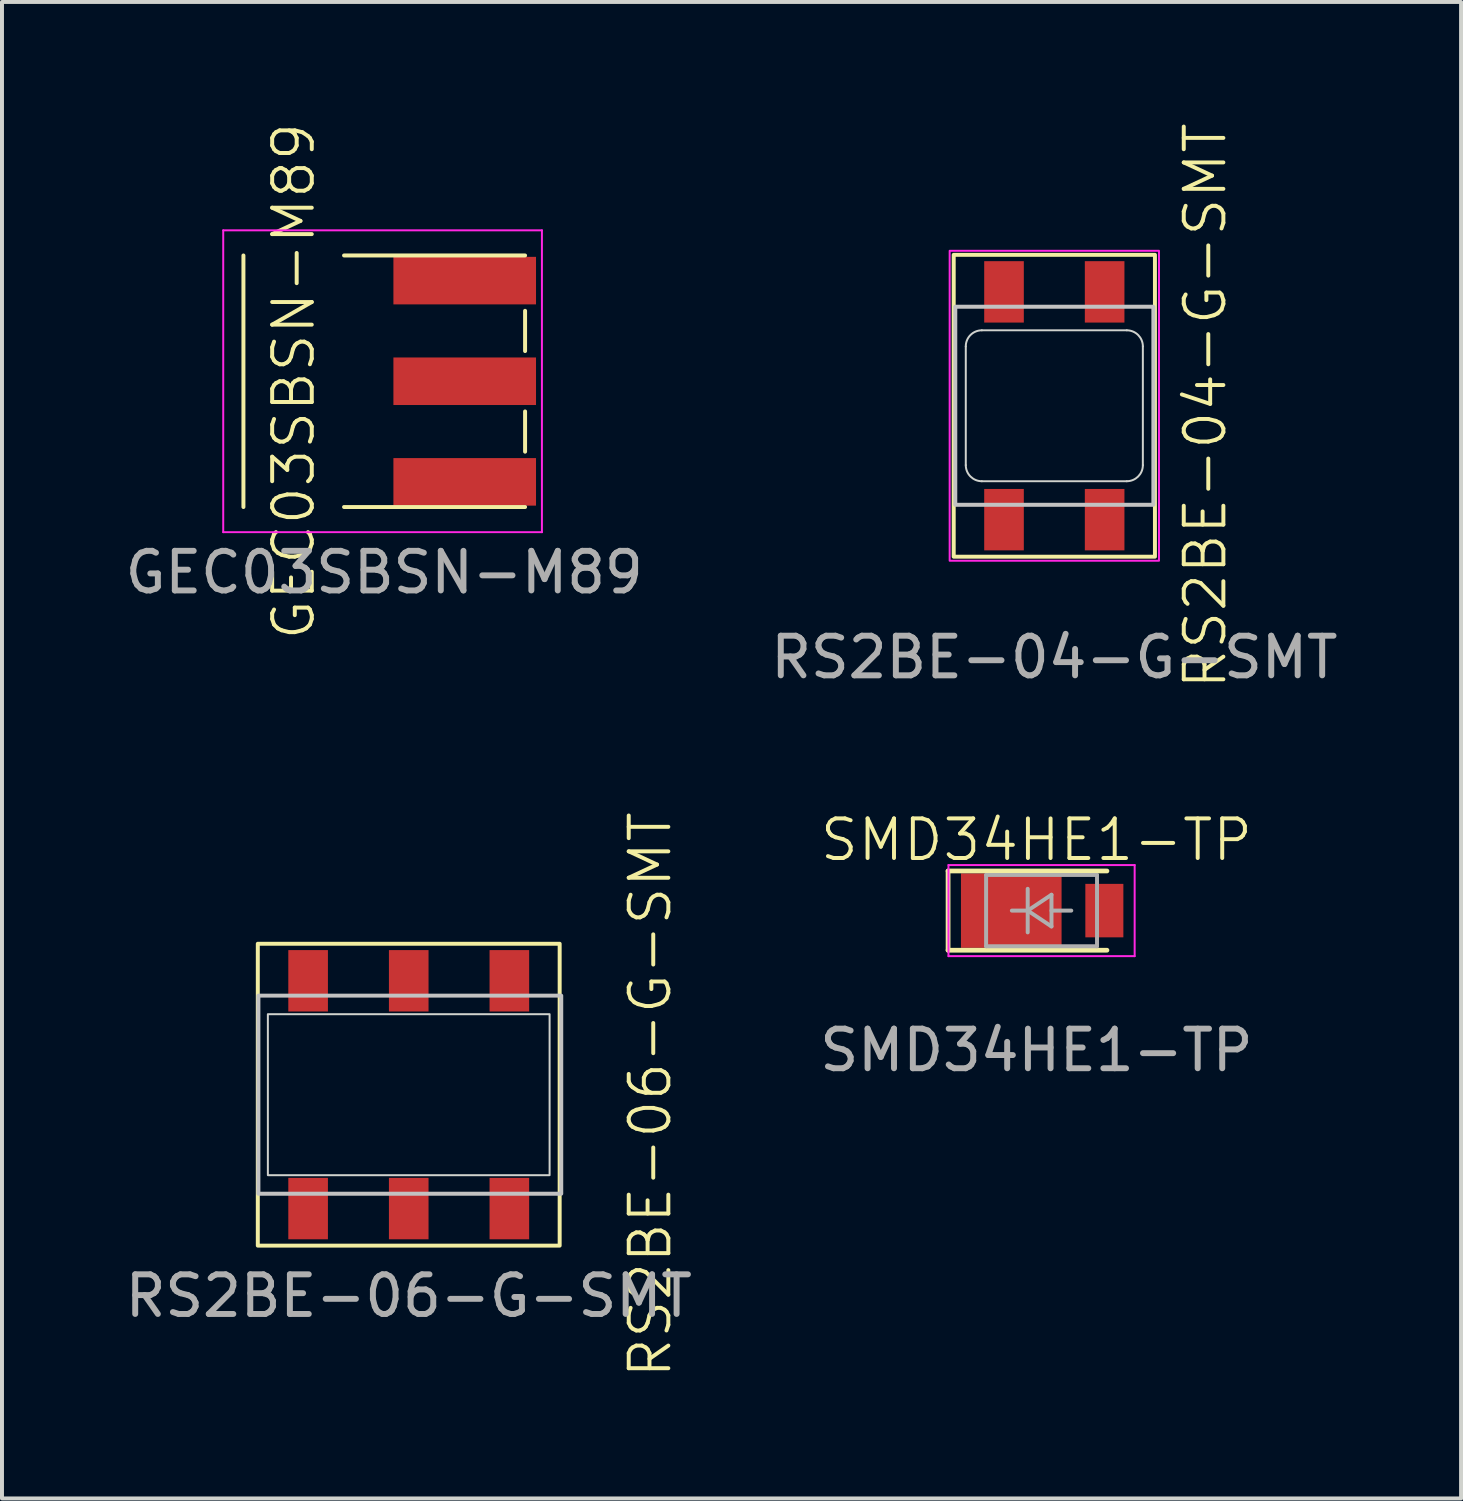
<source format=kicad_pcb>
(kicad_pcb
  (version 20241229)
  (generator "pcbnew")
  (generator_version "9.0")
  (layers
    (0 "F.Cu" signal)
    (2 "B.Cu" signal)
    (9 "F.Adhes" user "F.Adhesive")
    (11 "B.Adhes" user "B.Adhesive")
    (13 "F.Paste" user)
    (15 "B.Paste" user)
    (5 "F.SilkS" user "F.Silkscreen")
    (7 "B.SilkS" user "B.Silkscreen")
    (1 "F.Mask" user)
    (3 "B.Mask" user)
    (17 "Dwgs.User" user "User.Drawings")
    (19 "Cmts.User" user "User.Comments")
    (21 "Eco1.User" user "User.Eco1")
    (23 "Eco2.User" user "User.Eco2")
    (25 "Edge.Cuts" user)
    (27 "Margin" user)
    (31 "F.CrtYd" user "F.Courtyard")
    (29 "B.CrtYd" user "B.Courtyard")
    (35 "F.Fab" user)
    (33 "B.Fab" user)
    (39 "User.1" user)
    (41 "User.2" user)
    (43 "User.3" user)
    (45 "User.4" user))
  (footprint "SMD34HE1-TP"
    (layer "F.Cu")
    (at 23.113 20.057)
    (property "Reference" "SMD34HE1-TP" (at 0 -1.905 0) (unlocked yes) (layer "F.SilkS") (effects (font (size 1 1) (thickness 0.1))))
    (attr smd)
    (fp_line (start -2.23 -1.12) (end -2.23 0.88) (stroke (width 0.12) (type solid)) (layer "F.SilkS"))
    (fp_line (start -2.23 -1.12) (end 1.78 -1.12) (stroke (width 0.12) (type solid)) (layer "F.SilkS"))
    (fp_line (start -2.23 0.88) (end 1.78 0.88) (stroke (width 0.12) (type solid)) (layer "F.SilkS"))
    (fp_line (start -2.22 -1.27) (end -2.22 1.03) (stroke (width 0.05) (type solid)) (layer "F.CrtYd"))
    (fp_line (start -2.22 -1.27) (end 2.48 -1.27) (stroke (width 0.05) (type solid)) (layer "F.CrtYd"))
    (fp_line (start 2.48 -1.27) (end 2.48 1.03) (stroke (width 0.05) (type solid)) (layer "F.CrtYd"))
    (fp_line (start 2.48 1.03) (end -2.22 1.03) (stroke (width 0.05) (type solid)) (layer "F.CrtYd"))
    (fp_line (start -1.27 -1.02) (end 1.53 -1.02) (stroke (width 0.1) (type solid)) (layer "F.Fab"))
    (fp_line (start -1.27 0.78) (end -1.27 -1.02) (stroke (width 0.1) (type solid)) (layer "F.Fab"))
    (fp_line (start -0.62 -0.12) (end -0.22 -0.12) (stroke (width 0.1) (type solid)) (layer "F.Fab"))
    (fp_line (start -0.22 -0.12) (end -0.22 -0.67) (stroke (width 0.1) (type solid)) (layer "F.Fab"))
    (fp_line (start -0.22 -0.12) (end -0.22 0.43) (stroke (width 0.1) (type solid)) (layer "F.Fab"))
    (fp_line (start -0.22 -0.12) (end 0.38 -0.52) (stroke (width 0.1) (type solid)) (layer "F.Fab"))
    (fp_line (start 0.38 -0.52) (end 0.38 0.28) (stroke (width 0.1) (type solid)) (layer "F.Fab"))
    (fp_line (start 0.38 -0.12) (end 0.88 -0.12) (stroke (width 0.1) (type solid)) (layer "F.Fab"))
    (fp_line (start 0.38 0.28) (end -0.22 -0.12) (stroke (width 0.1) (type solid)) (layer "F.Fab"))
    (fp_line (start 1.53 -1.02) (end 1.53 0.78) (stroke (width 0.1) (type solid)) (layer "F.Fab"))
    (fp_line (start 1.53 0.78) (end -1.27 0.78) (stroke (width 0.1) (type solid)) (layer "F.Fab"))
    (fp_text user "${REFERENCE}" (at 0 3.405 0) (unlocked yes) (layer "F.Fab") (effects (font (size 1 1) (thickness 0.15))))
    (pad "1" smd rect (at -0.635 -0.12) (size 2.54 1.88) (layers "F.Cu" "F.Mask" "F.Paste"))
    (pad "2" smd rect (at 1.715 -0.12) (size 0.96 1.35) (layers "F.Cu" "F.Mask" "F.Paste")))
  (footprint "RS2BE-04-G-SMT"
    (layer "F.Cu")
    (at 23.565 7.193)
    (property "Reference" "RS2BE-04-G-SMT" (at 3.81 0 90) (unlocked yes) (layer "F.SilkS") (effects (font (size 1 1) (thickness 0.1))))
    (attr smd)
    (fp_rect (start -2.54 -3.81) (end 2.54 3.81) (stroke (width 0.1) (type default)) (fill no) (layer "F.SilkS"))
    (fp_rect (start 2.5 -2.5) (end -2.5 2.5) (stroke (width 0.1) (type default)) (fill no) (layer "Dwgs.User"))
    (fp_line (start -2.235 -1.499) (end -2.235 1.499) (stroke (width 0.05) (type default)) (layer "Edge.Cuts"))
    (fp_line (start -1.829 1.905) (end 1.829 1.905) (stroke (width 0.05) (type default)) (layer "Edge.Cuts"))
    (fp_line (start 1.829 -1.905) (end -1.829 -1.905) (stroke (width 0.05) (type default)) (layer "Edge.Cuts"))
    (fp_line (start 2.235 1.499) (end 2.235 -1.499) (stroke (width 0.05) (type default)) (layer "Edge.Cuts"))
    (fp_arc (start -2.2352 -1.4986) (mid -2.116168 -1.785968) (end -1.8288 -1.905) (stroke (width 0.05) (type default)) (layer "Edge.Cuts"))
    (fp_arc (start -1.8288 1.905) (mid -2.116168 1.785968) (end -2.2352 1.4986) (stroke (width 0.05) (type default)) (layer "Edge.Cuts"))
    (fp_arc (start 1.8288 -1.905) (mid 2.116168 -1.785968) (end 2.2352 -1.4986) (stroke (width 0.05) (type default)) (layer "Edge.Cuts"))
    (fp_arc (start 2.2352 1.4986) (mid 2.116168 1.785968) (end 1.8288 1.905) (stroke (width 0.05) (type default)) (layer "Edge.Cuts"))
    (fp_rect (start 2.642 -3.912) (end -2.642 3.912) (stroke (width 0.05) (type default)) (fill no) (layer "F.CrtYd"))
    (fp_text user "${REFERENCE}" (at 0 6.35 0) (unlocked yes) (layer "F.Fab") (effects (font (size 1 1) (thickness 0.15))))
    (pad "1" smd rect (at -1.27 2.875) (size 1 1.55) (layers "F.Cu" "F.Mask" "F.Paste"))
    (pad "2" smd rect (at -1.27 -2.875) (size 1 1.55) (layers "F.Cu" "F.Mask" "F.Paste"))
    (pad "3" smd rect (at 1.27 2.875) (size 1 1.55) (layers "F.Cu" "F.Mask" "F.Paste"))
    (pad "4" smd rect (at 1.27 -2.875) (size 1 1.55) (layers "F.Cu" "F.Mask" "F.Paste")))
  (footprint "RS2BE-06-G-SMT"
    (layer "F.Cu")
    (at 7.268 24.584)
    (property "Reference" "RS2BE-06-G-SMT" (at 6.096 0 90) (unlocked yes) (layer "F.SilkS") (effects (font (size 1 1) (thickness 0.1))))
    (attr smd)
    (fp_rect (start -3.81 -3.81) (end 3.81 3.81) (stroke (width 0.1) (type default)) (fill no) (layer "F.SilkS"))
    (fp_rect (start -3.795 -2.5) (end 3.85 2.5) (stroke (width 0.1) (type default)) (fill no) (layer "Dwgs.User"))
    (fp_rect (start 3.556 -2.032) (end -3.556 2.032) (stroke (width 0.05) (type default)) (fill no) (layer "Edge.Cuts"))
    (fp_text user "${REFERENCE}" (at 0 5.08 0) (unlocked yes) (layer "F.Fab") (effects (font (size 1 1) (thickness 0.15))))
    (pad "1" smd rect (at -2.54 2.875) (size 1 1.55) (layers "F.Cu" "F.Mask" "F.Paste"))
    (pad "2" smd rect (at -2.54 -2.875) (size 1 1.55) (layers "F.Cu" "F.Mask" "F.Paste"))
    (pad "3" smd rect (at 0 2.875) (size 1 1.55) (layers "F.Cu" "F.Mask" "F.Paste"))
    (pad "4" smd rect (at 0 -2.875) (size 1 1.55) (layers "F.Cu" "F.Mask" "F.Paste"))
    (pad "5" smd rect (at 2.54 2.875) (size 1 1.55) (layers "F.Cu" "F.Mask" "F.Paste"))
    (pad "6" smd rect (at 2.54 -2.875) (size 1 1.55) (layers "F.Cu" "F.Mask" "F.Paste")))
  (footprint "GEC03SBSN-M89"
    (layer "F.Cu")
    (at 6.649 6.574)
    (property "Reference" "GEC03SBSN-M89" (at -2.286 0 90) (unlocked yes) (layer "F.SilkS") (effects (font (size 1 1) (thickness 0.1))))
    (attr smd)
    (fp_line (start -3.554 -3.175) (end -3.554 3.175) (stroke (width 0.1) (type default)) (layer "F.SilkS"))
    (fp_line (start 3.556 -3.175) (end -1.014 -3.175) (stroke (width 0.1) (type default)) (layer "F.SilkS"))
    (fp_line (start 3.556 -0.762) (end 3.556 -1.778) (stroke (width 0.1) (type default)) (layer "F.SilkS"))
    (fp_line (start 3.556 0.762) (end 3.556 1.778) (stroke (width 0.1) (type default)) (layer "F.SilkS"))
    (fp_line (start 3.556 3.175) (end -1.014 3.175) (stroke (width 0.1) (type default)) (layer "F.SilkS"))
    (fp_line (start -4.064 -3.81) (end 3.981 -3.81) (stroke (width 0.05) (type solid)) (layer "F.CrtYd"))
    (fp_line (start -4.064 3.81) (end -4.064 -3.81) (stroke (width 0.05) (type solid)) (layer "F.CrtYd"))
    (fp_line (start 3.981 -3.81) (end 3.981 3.81) (stroke (width 0.05) (type solid)) (layer "F.CrtYd"))
    (fp_line (start 3.981 3.81) (end -4.064 3.81) (stroke (width 0.05) (type solid)) (layer "F.CrtYd"))
    (fp_text user "${REFERENCE}" (at 0 4.826 0) (unlocked yes) (layer "F.Fab") (effects (font (size 1 1) (thickness 0.15))))
    (pad "1" smd rect (at 2.032 -2.54) (size 3.6 1.2) (layers "F.Cu" "F.Mask" "F.Paste"))
    (pad "2" smd rect (at 2.032 0) (size 3.6 1.2) (layers "F.Cu" "F.Mask" "F.Paste"))
    (pad "3" smd rect (at 2.032 2.54) (size 3.6 1.2) (layers "F.Cu" "F.Mask" "F.Paste")))
  (gr_rect
    (start -3 -3)
    (end 33.833 34.777)
    (stroke (width 0.1) (type default))
    (fill no)
    (layer "Edge.Cuts")))
</source>
